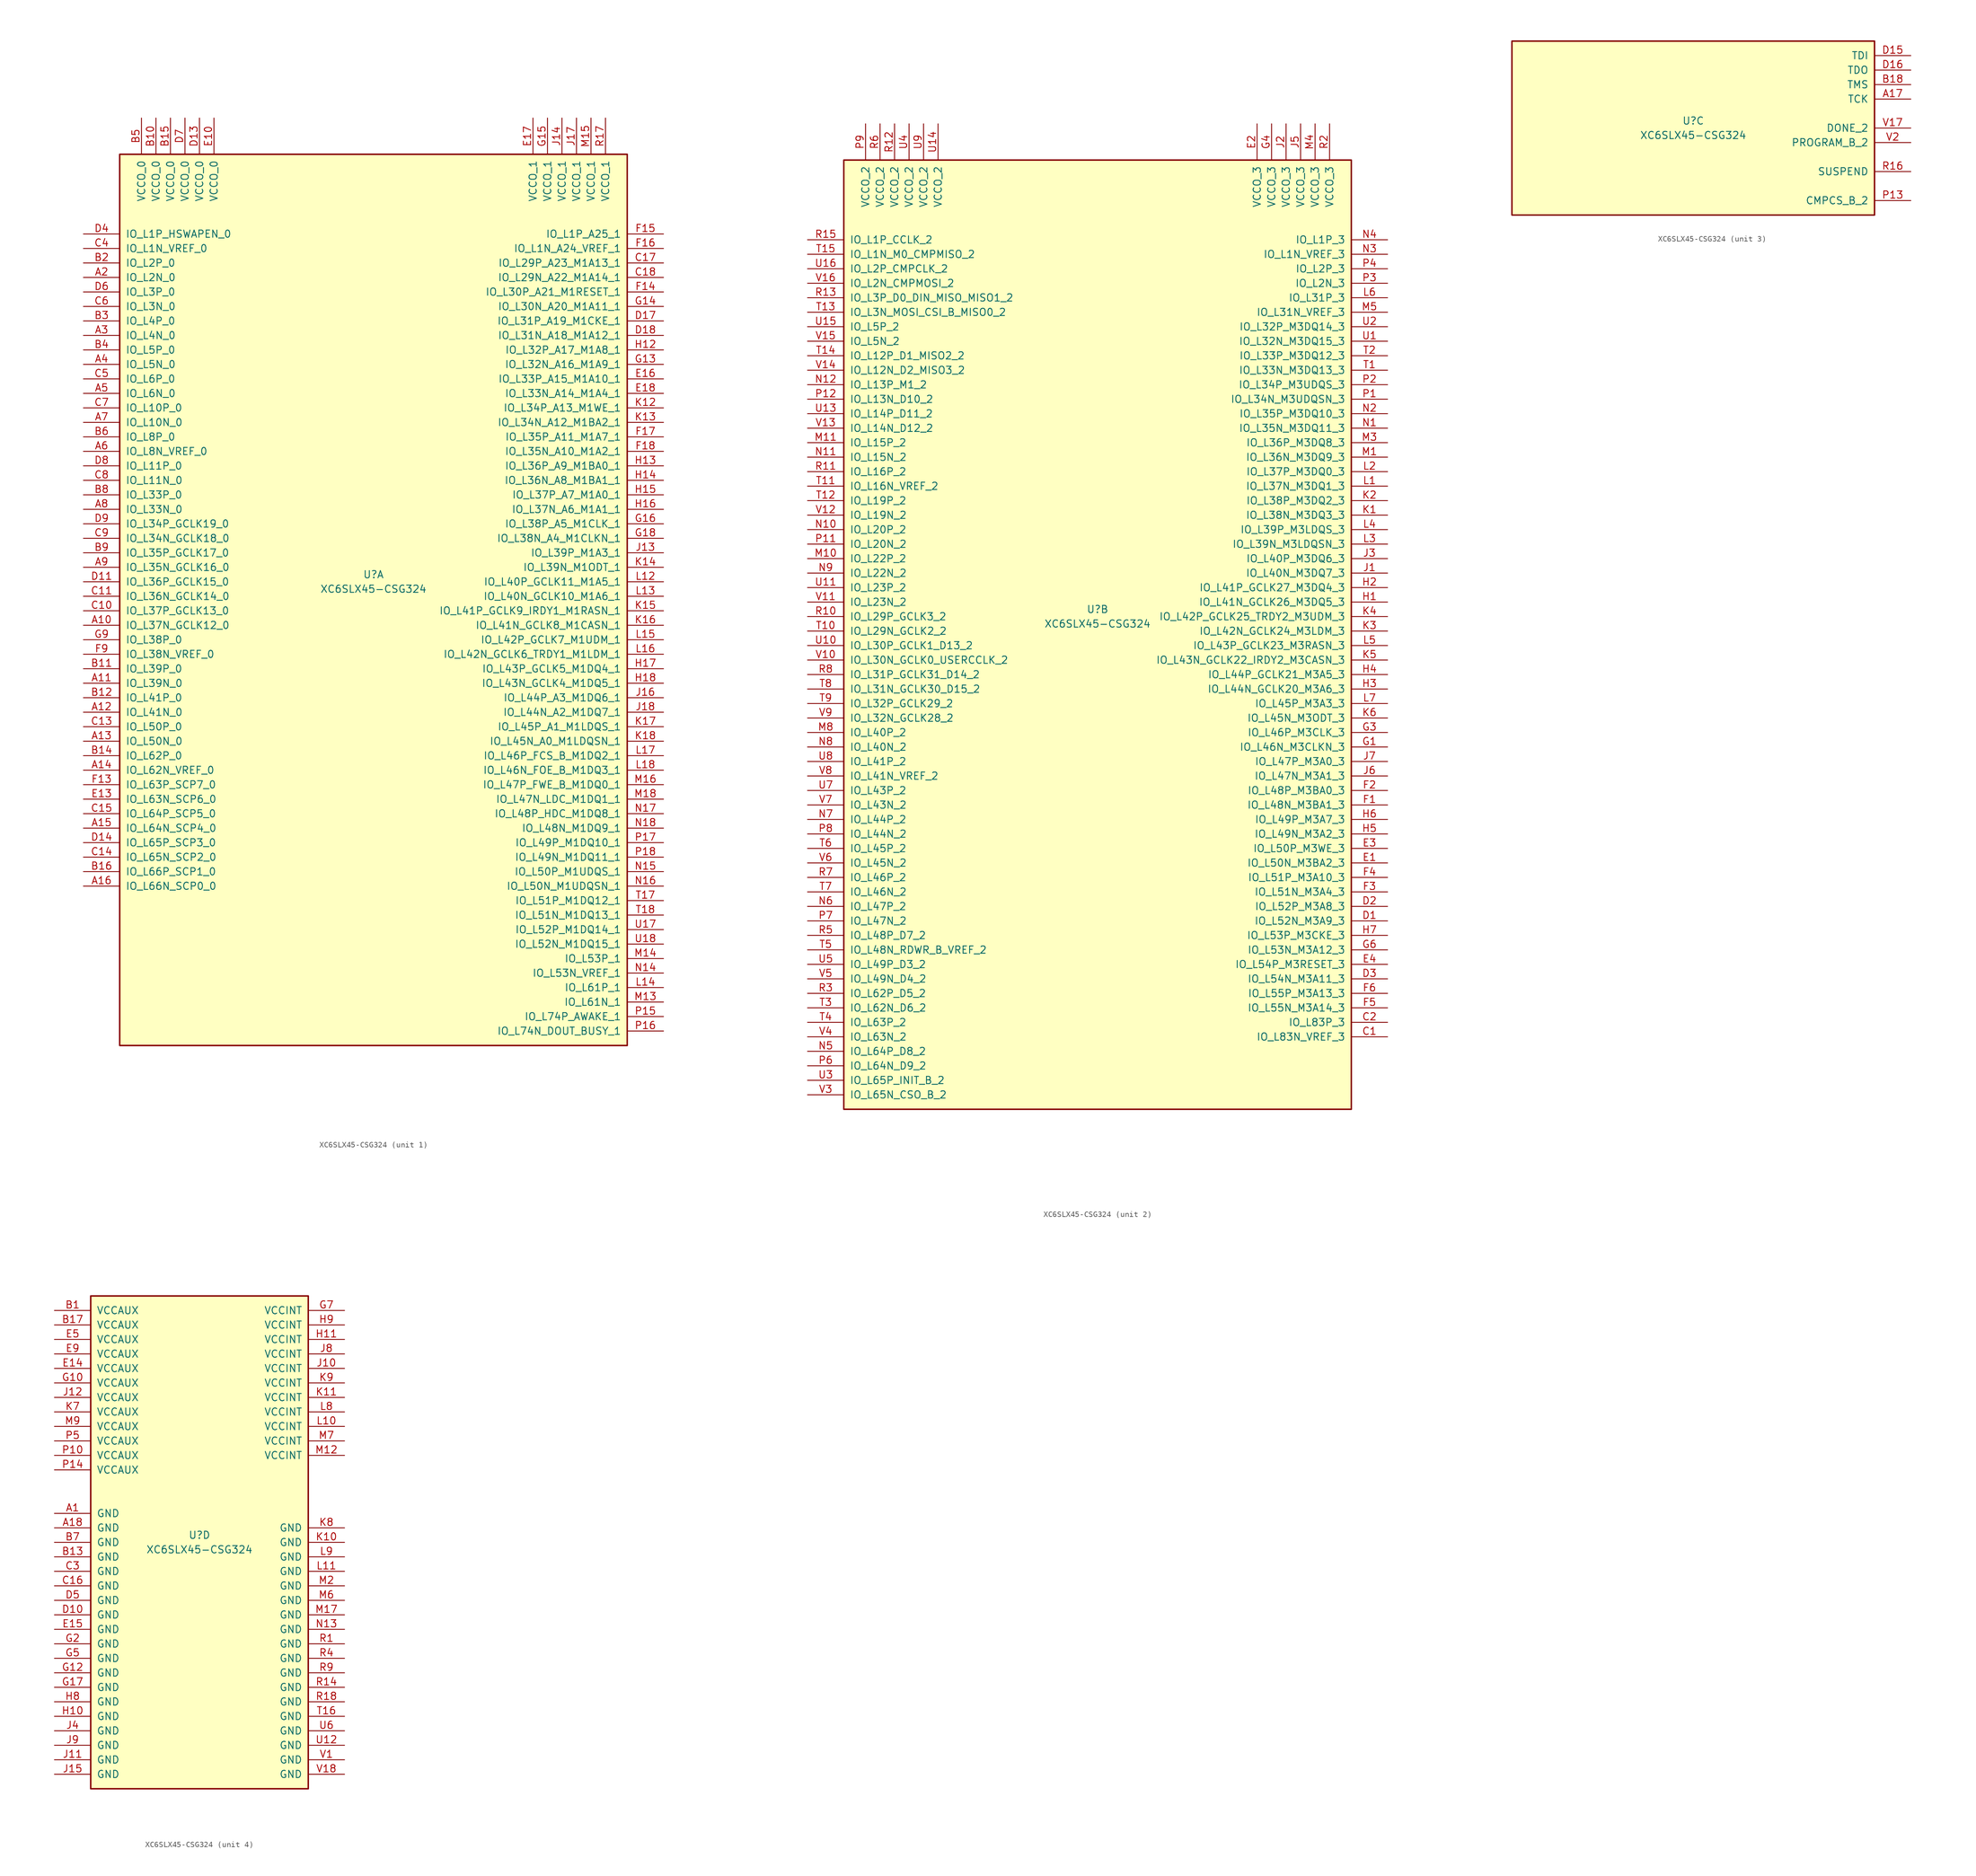
<source format=kicad_sym>
(kicad_symbol_lib
  (version 20211014)
  (generator kicad_symbol_editor)
  (symbol "XC6SLX45-CSG324"
    (pin_names
      (offset 1.016))
    (property "Reference" "U"
      (at 0 1.27 0)
      (effects (font (size 1.27 1.27))))
    (property "Value" "XC6SLX45-CSG324"
      (at 0 -1.27 0)
      (effects (font (size 1.27 1.27))))
    (property "Datasheet" ""
      (at 0 0 0)
      (effects (font (size 1.27 1.27))))
    (property "ki_locked" ""
      (at 0 0 0)
      (effects (font (size 1.27 1.27))))
    (symbol "XC6SLX45-CSG324_1_1"
      (rectangle (start -44.45 74.93) (end 44.45 -81.28) (stroke (width 0.254) (type default) (color 0 0 0 0)) (fill (type background)))
      (pin bidirectional line (at -50.8 -7.62 0) (length 6.35) (name "IO_L37N_GCLK12_0" (effects (font (size 1.27 1.27)))) (number "A10" (effects (font (size 1.27 1.27)))))
      (pin bidirectional line (at -50.8 -17.78 0) (length 6.35) (name "IO_L39N_0" (effects (font (size 1.27 1.27)))) (number "A11" (effects (font (size 1.27 1.27)))))
      (pin bidirectional line (at -50.8 -22.86 0) (length 6.35) (name "IO_L41N_0" (effects (font (size 1.27 1.27)))) (number "A12" (effects (font (size 1.27 1.27)))))
      (pin bidirectional line (at -50.8 -27.94 0) (length 6.35) (name "IO_L50N_0" (effects (font (size 1.27 1.27)))) (number "A13" (effects (font (size 1.27 1.27)))))
      (pin bidirectional line (at -50.8 -33.02 0) (length 6.35) (name "IO_L62N_VREF_0" (effects (font (size 1.27 1.27)))) (number "A14" (effects (font (size 1.27 1.27)))))
      (pin bidirectional line (at -50.8 -43.18 0) (length 6.35) (name "IO_L64N_SCP4_0" (effects (font (size 1.27 1.27)))) (number "A15" (effects (font (size 1.27 1.27)))))
      (pin bidirectional line (at -50.8 -53.34 0) (length 6.35) (name "IO_L66N_SCP0_0" (effects (font (size 1.27 1.27)))) (number "A16" (effects (font (size 1.27 1.27)))))
      (pin bidirectional line (at -50.8 53.34 0) (length 6.35) (name "IO_L2N_0" (effects (font (size 1.27 1.27)))) (number "A2" (effects (font (size 1.27 1.27)))))
      (pin bidirectional line (at -50.8 43.18 0) (length 6.35) (name "IO_L4N_0" (effects (font (size 1.27 1.27)))) (number "A3" (effects (font (size 1.27 1.27)))))
      (pin bidirectional line (at -50.8 38.1 0) (length 6.35) (name "IO_L5N_0" (effects (font (size 1.27 1.27)))) (number "A4" (effects (font (size 1.27 1.27)))))
      (pin bidirectional line (at -50.8 33.02 0) (length 6.35) (name "IO_L6N_0" (effects (font (size 1.27 1.27)))) (number "A5" (effects (font (size 1.27 1.27)))))
      (pin bidirectional line (at -50.8 22.86 0) (length 6.35) (name "IO_L8N_VREF_0" (effects (font (size 1.27 1.27)))) (number "A6" (effects (font (size 1.27 1.27)))))
      (pin bidirectional line (at -50.8 27.94 0) (length 6.35) (name "IO_L10N_0" (effects (font (size 1.27 1.27)))) (number "A7" (effects (font (size 1.27 1.27)))))
      (pin bidirectional line (at -50.8 12.7 0) (length 6.35) (name "IO_L33N_0" (effects (font (size 1.27 1.27)))) (number "A8" (effects (font (size 1.27 1.27)))))
      (pin bidirectional line (at -50.8 2.54 0) (length 6.35) (name "IO_L35N_GCLK16_0" (effects (font (size 1.27 1.27)))) (number "A9" (effects (font (size 1.27 1.27)))))
      (pin power_in line (at -38.1 81.28 270) (length 6.35) (name "VCCO_0" (effects (font (size 1.27 1.27)))) (number "B10" (effects (font (size 1.27 1.27)))))
      (pin bidirectional line (at -50.8 -15.24 0) (length 6.35) (name "IO_L39P_0" (effects (font (size 1.27 1.27)))) (number "B11" (effects (font (size 1.27 1.27)))))
      (pin bidirectional line (at -50.8 -20.32 0) (length 6.35) (name "IO_L41P_0" (effects (font (size 1.27 1.27)))) (number "B12" (effects (font (size 1.27 1.27)))))
      (pin bidirectional line (at -50.8 -30.48 0) (length 6.35) (name "IO_L62P_0" (effects (font (size 1.27 1.27)))) (number "B14" (effects (font (size 1.27 1.27)))))
      (pin power_in line (at -35.56 81.28 270) (length 6.35) (name "VCCO_0" (effects (font (size 1.27 1.27)))) (number "B15" (effects (font (size 1.27 1.27)))))
      (pin bidirectional line (at -50.8 -50.8 0) (length 6.35) (name "IO_L66P_SCP1_0" (effects (font (size 1.27 1.27)))) (number "B16" (effects (font (size 1.27 1.27)))))
      (pin bidirectional line (at -50.8 55.88 0) (length 6.35) (name "IO_L2P_0" (effects (font (size 1.27 1.27)))) (number "B2" (effects (font (size 1.27 1.27)))))
      (pin bidirectional line (at -50.8 45.72 0) (length 6.35) (name "IO_L4P_0" (effects (font (size 1.27 1.27)))) (number "B3" (effects (font (size 1.27 1.27)))))
      (pin bidirectional line (at -50.8 40.64 0) (length 6.35) (name "IO_L5P_0" (effects (font (size 1.27 1.27)))) (number "B4" (effects (font (size 1.27 1.27)))))
      (pin power_in line (at -40.64 81.28 270) (length 6.35) (name "VCCO_0" (effects (font (size 1.27 1.27)))) (number "B5" (effects (font (size 1.27 1.27)))))
      (pin bidirectional line (at -50.8 25.4 0) (length 6.35) (name "IO_L8P_0" (effects (font (size 1.27 1.27)))) (number "B6" (effects (font (size 1.27 1.27)))))
      (pin bidirectional line (at -50.8 15.24 0) (length 6.35) (name "IO_L33P_0" (effects (font (size 1.27 1.27)))) (number "B8" (effects (font (size 1.27 1.27)))))
      (pin bidirectional line (at -50.8 5.08 0) (length 6.35) (name "IO_L35P_GCLK17_0" (effects (font (size 1.27 1.27)))) (number "B9" (effects (font (size 1.27 1.27)))))
      (pin bidirectional line (at -50.8 -5.08 0) (length 6.35) (name "IO_L37P_GCLK13_0" (effects (font (size 1.27 1.27)))) (number "C10" (effects (font (size 1.27 1.27)))))
      (pin bidirectional line (at -50.8 -2.54 0) (length 6.35) (name "IO_L36N_GCLK14_0" (effects (font (size 1.27 1.27)))) (number "C11" (effects (font (size 1.27 1.27)))))
      (pin bidirectional line (at -50.8 -25.4 0) (length 6.35) (name "IO_L50P_0" (effects (font (size 1.27 1.27)))) (number "C13" (effects (font (size 1.27 1.27)))))
      (pin bidirectional line (at -50.8 -48.26 0) (length 6.35) (name "IO_L65N_SCP2_0" (effects (font (size 1.27 1.27)))) (number "C14" (effects (font (size 1.27 1.27)))))
      (pin bidirectional line (at -50.8 -40.64 0) (length 6.35) (name "IO_L64P_SCP5_0" (effects (font (size 1.27 1.27)))) (number "C15" (effects (font (size 1.27 1.27)))))
      (pin bidirectional line (at 50.8 55.88 180) (length 6.35) (name "IO_L29P_A23_M1A13_1" (effects (font (size 1.27 1.27)))) (number "C17" (effects (font (size 1.27 1.27)))))
      (pin bidirectional line (at 50.8 53.34 180) (length 6.35) (name "IO_L29N_A22_M1A14_1" (effects (font (size 1.27 1.27)))) (number "C18" (effects (font (size 1.27 1.27)))))
      (pin bidirectional line (at -50.8 58.42 0) (length 6.35) (name "IO_L1N_VREF_0" (effects (font (size 1.27 1.27)))) (number "C4" (effects (font (size 1.27 1.27)))))
      (pin bidirectional line (at -50.8 35.56 0) (length 6.35) (name "IO_L6P_0" (effects (font (size 1.27 1.27)))) (number "C5" (effects (font (size 1.27 1.27)))))
      (pin bidirectional line (at -50.8 48.26 0) (length 6.35) (name "IO_L3N_0" (effects (font (size 1.27 1.27)))) (number "C6" (effects (font (size 1.27 1.27)))))
      (pin bidirectional line (at -50.8 30.48 0) (length 6.35) (name "IO_L10P_0" (effects (font (size 1.27 1.27)))) (number "C7" (effects (font (size 1.27 1.27)))))
      (pin bidirectional line (at -50.8 17.78 0) (length 6.35) (name "IO_L11N_0" (effects (font (size 1.27 1.27)))) (number "C8" (effects (font (size 1.27 1.27)))))
      (pin bidirectional line (at -50.8 7.62 0) (length 6.35) (name "IO_L34N_GCLK18_0" (effects (font (size 1.27 1.27)))) (number "C9" (effects (font (size 1.27 1.27)))))
      (pin bidirectional line (at -50.8 0 0) (length 6.35) (name "IO_L36P_GCLK15_0" (effects (font (size 1.27 1.27)))) (number "D11" (effects (font (size 1.27 1.27)))))
      (pin power_in line (at -30.48 81.28 270) (length 6.35) (name "VCCO_0" (effects (font (size 1.27 1.27)))) (number "D13" (effects (font (size 1.27 1.27)))))
      (pin bidirectional line (at -50.8 -45.72 0) (length 6.35) (name "IO_L65P_SCP3_0" (effects (font (size 1.27 1.27)))) (number "D14" (effects (font (size 1.27 1.27)))))
      (pin bidirectional line (at 50.8 45.72 180) (length 6.35) (name "IO_L31P_A19_M1CKE_1" (effects (font (size 1.27 1.27)))) (number "D17" (effects (font (size 1.27 1.27)))))
      (pin bidirectional line (at 50.8 43.18 180) (length 6.35) (name "IO_L31N_A18_M1A12_1" (effects (font (size 1.27 1.27)))) (number "D18" (effects (font (size 1.27 1.27)))))
      (pin bidirectional line (at -50.8 60.96 0) (length 6.35) (name "IO_L1P_HSWAPEN_0" (effects (font (size 1.27 1.27)))) (number "D4" (effects (font (size 1.27 1.27)))))
      (pin bidirectional line (at -50.8 50.8 0) (length 6.35) (name "IO_L3P_0" (effects (font (size 1.27 1.27)))) (number "D6" (effects (font (size 1.27 1.27)))))
      (pin power_in line (at -33.02 81.28 270) (length 6.35) (name "VCCO_0" (effects (font (size 1.27 1.27)))) (number "D7" (effects (font (size 1.27 1.27)))))
      (pin bidirectional line (at -50.8 20.32 0) (length 6.35) (name "IO_L11P_0" (effects (font (size 1.27 1.27)))) (number "D8" (effects (font (size 1.27 1.27)))))
      (pin bidirectional line (at -50.8 10.16 0) (length 6.35) (name "IO_L34P_GCLK19_0" (effects (font (size 1.27 1.27)))) (number "D9" (effects (font (size 1.27 1.27)))))
      (pin power_in line (at -27.94 81.28 270) (length 6.35) (name "VCCO_0" (effects (font (size 1.27 1.27)))) (number "E10" (effects (font (size 1.27 1.27)))))
      (pin bidirectional line (at -50.8 -38.1 0) (length 6.35) (name "IO_L63N_SCP6_0" (effects (font (size 1.27 1.27)))) (number "E13" (effects (font (size 1.27 1.27)))))
      (pin bidirectional line (at 50.8 35.56 180) (length 6.35) (name "IO_L33P_A15_M1A10_1" (effects (font (size 1.27 1.27)))) (number "E16" (effects (font (size 1.27 1.27)))))
      (pin power_in line (at 27.94 81.28 270) (length 6.35) (name "VCCO_1" (effects (font (size 1.27 1.27)))) (number "E17" (effects (font (size 1.27 1.27)))))
      (pin bidirectional line (at 50.8 33.02 180) (length 6.35) (name "IO_L33N_A14_M1A4_1" (effects (font (size 1.27 1.27)))) (number "E18" (effects (font (size 1.27 1.27)))))
      (pin bidirectional line (at -50.8 -35.56 0) (length 6.35) (name "IO_L63P_SCP7_0" (effects (font (size 1.27 1.27)))) (number "F13" (effects (font (size 1.27 1.27)))))
      (pin bidirectional line (at 50.8 50.8 180) (length 6.35) (name "IO_L30P_A21_M1RESET_1" (effects (font (size 1.27 1.27)))) (number "F14" (effects (font (size 1.27 1.27)))))
      (pin bidirectional line (at 50.8 60.96 180) (length 6.35) (name "IO_L1P_A25_1" (effects (font (size 1.27 1.27)))) (number "F15" (effects (font (size 1.27 1.27)))))
      (pin bidirectional line (at 50.8 58.42 180) (length 6.35) (name "IO_L1N_A24_VREF_1" (effects (font (size 1.27 1.27)))) (number "F16" (effects (font (size 1.27 1.27)))))
      (pin bidirectional line (at 50.8 25.4 180) (length 6.35) (name "IO_L35P_A11_M1A7_1" (effects (font (size 1.27 1.27)))) (number "F17" (effects (font (size 1.27 1.27)))))
      (pin bidirectional line (at 50.8 22.86 180) (length 6.35) (name "IO_L35N_A10_M1A2_1" (effects (font (size 1.27 1.27)))) (number "F18" (effects (font (size 1.27 1.27)))))
      (pin bidirectional line (at -50.8 -12.7 0) (length 6.35) (name "IO_L38N_VREF_0" (effects (font (size 1.27 1.27)))) (number "F9" (effects (font (size 1.27 1.27)))))
      (pin bidirectional line (at 50.8 38.1 180) (length 6.35) (name "IO_L32N_A16_M1A9_1" (effects (font (size 1.27 1.27)))) (number "G13" (effects (font (size 1.27 1.27)))))
      (pin bidirectional line (at 50.8 48.26 180) (length 6.35) (name "IO_L30N_A20_M1A11_1" (effects (font (size 1.27 1.27)))) (number "G14" (effects (font (size 1.27 1.27)))))
      (pin power_in line (at 30.48 81.28 270) (length 6.35) (name "VCCO_1" (effects (font (size 1.27 1.27)))) (number "G15" (effects (font (size 1.27 1.27)))))
      (pin bidirectional line (at 50.8 10.16 180) (length 6.35) (name "IO_L38P_A5_M1CLK_1" (effects (font (size 1.27 1.27)))) (number "G16" (effects (font (size 1.27 1.27)))))
      (pin bidirectional line (at 50.8 7.62 180) (length 6.35) (name "IO_L38N_A4_M1CLKN_1" (effects (font (size 1.27 1.27)))) (number "G18" (effects (font (size 1.27 1.27)))))
      (pin bidirectional line (at -50.8 -10.16 0) (length 6.35) (name "IO_L38P_0" (effects (font (size 1.27 1.27)))) (number "G9" (effects (font (size 1.27 1.27)))))
      (pin bidirectional line (at 50.8 40.64 180) (length 6.35) (name "IO_L32P_A17_M1A8_1" (effects (font (size 1.27 1.27)))) (number "H12" (effects (font (size 1.27 1.27)))))
      (pin bidirectional line (at 50.8 20.32 180) (length 6.35) (name "IO_L36P_A9_M1BA0_1" (effects (font (size 1.27 1.27)))) (number "H13" (effects (font (size 1.27 1.27)))))
      (pin bidirectional line (at 50.8 17.78 180) (length 6.35) (name "IO_L36N_A8_M1BA1_1" (effects (font (size 1.27 1.27)))) (number "H14" (effects (font (size 1.27 1.27)))))
      (pin bidirectional line (at 50.8 15.24 180) (length 6.35) (name "IO_L37P_A7_M1A0_1" (effects (font (size 1.27 1.27)))) (number "H15" (effects (font (size 1.27 1.27)))))
      (pin bidirectional line (at 50.8 12.7 180) (length 6.35) (name "IO_L37N_A6_M1A1_1" (effects (font (size 1.27 1.27)))) (number "H16" (effects (font (size 1.27 1.27)))))
      (pin bidirectional line (at 50.8 -15.24 180) (length 6.35) (name "IO_L43P_GCLK5_M1DQ4_1" (effects (font (size 1.27 1.27)))) (number "H17" (effects (font (size 1.27 1.27)))))
      (pin bidirectional line (at 50.8 -17.78 180) (length 6.35) (name "IO_L43N_GCLK4_M1DQ5_1" (effects (font (size 1.27 1.27)))) (number "H18" (effects (font (size 1.27 1.27)))))
      (pin bidirectional line (at 50.8 5.08 180) (length 6.35) (name "IO_L39P_M1A3_1" (effects (font (size 1.27 1.27)))) (number "J13" (effects (font (size 1.27 1.27)))))
      (pin power_in line (at 33.02 81.28 270) (length 6.35) (name "VCCO_1" (effects (font (size 1.27 1.27)))) (number "J14" (effects (font (size 1.27 1.27)))))
      (pin bidirectional line (at 50.8 -20.32 180) (length 6.35) (name "IO_L44P_A3_M1DQ6_1" (effects (font (size 1.27 1.27)))) (number "J16" (effects (font (size 1.27 1.27)))))
      (pin power_in line (at 35.56 81.28 270) (length 6.35) (name "VCCO_1" (effects (font (size 1.27 1.27)))) (number "J17" (effects (font (size 1.27 1.27)))))
      (pin bidirectional line (at 50.8 -22.86 180) (length 6.35) (name "IO_L44N_A2_M1DQ7_1" (effects (font (size 1.27 1.27)))) (number "J18" (effects (font (size 1.27 1.27)))))
      (pin bidirectional line (at 50.8 30.48 180) (length 6.35) (name "IO_L34P_A13_M1WE_1" (effects (font (size 1.27 1.27)))) (number "K12" (effects (font (size 1.27 1.27)))))
      (pin bidirectional line (at 50.8 27.94 180) (length 6.35) (name "IO_L34N_A12_M1BA2_1" (effects (font (size 1.27 1.27)))) (number "K13" (effects (font (size 1.27 1.27)))))
      (pin bidirectional line (at 50.8 2.54 180) (length 6.35) (name "IO_L39N_M1ODT_1" (effects (font (size 1.27 1.27)))) (number "K14" (effects (font (size 1.27 1.27)))))
      (pin bidirectional line (at 50.8 -5.08 180) (length 6.35) (name "IO_L41P_GCLK9_IRDY1_M1RASN_1" (effects (font (size 1.27 1.27)))) (number "K15" (effects (font (size 1.27 1.27)))))
      (pin bidirectional line (at 50.8 -7.62 180) (length 6.35) (name "IO_L41N_GCLK8_M1CASN_1" (effects (font (size 1.27 1.27)))) (number "K16" (effects (font (size 1.27 1.27)))))
      (pin bidirectional line (at 50.8 -25.4 180) (length 6.35) (name "IO_L45P_A1_M1LDQS_1" (effects (font (size 1.27 1.27)))) (number "K17" (effects (font (size 1.27 1.27)))))
      (pin bidirectional line (at 50.8 -27.94 180) (length 6.35) (name "IO_L45N_A0_M1LDQSN_1" (effects (font (size 1.27 1.27)))) (number "K18" (effects (font (size 1.27 1.27)))))
      (pin bidirectional line (at 50.8 0 180) (length 6.35) (name "IO_L40P_GCLK11_M1A5_1" (effects (font (size 1.27 1.27)))) (number "L12" (effects (font (size 1.27 1.27)))))
      (pin bidirectional line (at 50.8 -2.54 180) (length 6.35) (name "IO_L40N_GCLK10_M1A6_1" (effects (font (size 1.27 1.27)))) (number "L13" (effects (font (size 1.27 1.27)))))
      (pin bidirectional line (at 50.8 -71.12 180) (length 6.35) (name "IO_L61P_1" (effects (font (size 1.27 1.27)))) (number "L14" (effects (font (size 1.27 1.27)))))
      (pin bidirectional line (at 50.8 -10.16 180) (length 6.35) (name "IO_L42P_GCLK7_M1UDM_1" (effects (font (size 1.27 1.27)))) (number "L15" (effects (font (size 1.27 1.27)))))
      (pin bidirectional line (at 50.8 -12.7 180) (length 6.35) (name "IO_L42N_GCLK6_TRDY1_M1LDM_1" (effects (font (size 1.27 1.27)))) (number "L16" (effects (font (size 1.27 1.27)))))
      (pin bidirectional line (at 50.8 -30.48 180) (length 6.35) (name "IO_L46P_FCS_B_M1DQ2_1" (effects (font (size 1.27 1.27)))) (number "L17" (effects (font (size 1.27 1.27)))))
      (pin bidirectional line (at 50.8 -33.02 180) (length 6.35) (name "IO_L46N_FOE_B_M1DQ3_1" (effects (font (size 1.27 1.27)))) (number "L18" (effects (font (size 1.27 1.27)))))
      (pin bidirectional line (at 50.8 -73.66 180) (length 6.35) (name "IO_L61N_1" (effects (font (size 1.27 1.27)))) (number "M13" (effects (font (size 1.27 1.27)))))
      (pin bidirectional line (at 50.8 -66.04 180) (length 6.35) (name "IO_L53P_1" (effects (font (size 1.27 1.27)))) (number "M14" (effects (font (size 1.27 1.27)))))
      (pin power_in line (at 38.1 81.28 270) (length 6.35) (name "VCCO_1" (effects (font (size 1.27 1.27)))) (number "M15" (effects (font (size 1.27 1.27)))))
      (pin bidirectional line (at 50.8 -35.56 180) (length 6.35) (name "IO_L47P_FWE_B_M1DQ0_1" (effects (font (size 1.27 1.27)))) (number "M16" (effects (font (size 1.27 1.27)))))
      (pin bidirectional line (at 50.8 -38.1 180) (length 6.35) (name "IO_L47N_LDC_M1DQ1_1" (effects (font (size 1.27 1.27)))) (number "M18" (effects (font (size 1.27 1.27)))))
      (pin bidirectional line (at 50.8 -68.58 180) (length 6.35) (name "IO_L53N_VREF_1" (effects (font (size 1.27 1.27)))) (number "N14" (effects (font (size 1.27 1.27)))))
      (pin bidirectional line (at 50.8 -50.8 180) (length 6.35) (name "IO_L50P_M1UDQS_1" (effects (font (size 1.27 1.27)))) (number "N15" (effects (font (size 1.27 1.27)))))
      (pin bidirectional line (at 50.8 -53.34 180) (length 6.35) (name "IO_L50N_M1UDQSN_1" (effects (font (size 1.27 1.27)))) (number "N16" (effects (font (size 1.27 1.27)))))
      (pin bidirectional line (at 50.8 -40.64 180) (length 6.35) (name "IO_L48P_HDC_M1DQ8_1" (effects (font (size 1.27 1.27)))) (number "N17" (effects (font (size 1.27 1.27)))))
      (pin bidirectional line (at 50.8 -43.18 180) (length 6.35) (name "IO_L48N_M1DQ9_1" (effects (font (size 1.27 1.27)))) (number "N18" (effects (font (size 1.27 1.27)))))
      (pin bidirectional line (at 50.8 -76.2 180) (length 6.35) (name "IO_L74P_AWAKE_1" (effects (font (size 1.27 1.27)))) (number "P15" (effects (font (size 1.27 1.27)))))
      (pin bidirectional line (at 50.8 -78.74 180) (length 6.35) (name "IO_L74N_DOUT_BUSY_1" (effects (font (size 1.27 1.27)))) (number "P16" (effects (font (size 1.27 1.27)))))
      (pin bidirectional line (at 50.8 -45.72 180) (length 6.35) (name "IO_L49P_M1DQ10_1" (effects (font (size 1.27 1.27)))) (number "P17" (effects (font (size 1.27 1.27)))))
      (pin bidirectional line (at 50.8 -48.26 180) (length 6.35) (name "IO_L49N_M1DQ11_1" (effects (font (size 1.27 1.27)))) (number "P18" (effects (font (size 1.27 1.27)))))
      (pin power_in line (at 40.64 81.28 270) (length 6.35) (name "VCCO_1" (effects (font (size 1.27 1.27)))) (number "R17" (effects (font (size 1.27 1.27)))))
      (pin bidirectional line (at 50.8 -55.88 180) (length 6.35) (name "IO_L51P_M1DQ12_1" (effects (font (size 1.27 1.27)))) (number "T17" (effects (font (size 1.27 1.27)))))
      (pin bidirectional line (at 50.8 -58.42 180) (length 6.35) (name "IO_L51N_M1DQ13_1" (effects (font (size 1.27 1.27)))) (number "T18" (effects (font (size 1.27 1.27)))))
      (pin bidirectional line (at 50.8 -60.96 180) (length 6.35) (name "IO_L52P_M1DQ14_1" (effects (font (size 1.27 1.27)))) (number "U17" (effects (font (size 1.27 1.27)))))
      (pin bidirectional line (at 50.8 -63.5 180) (length 6.35) (name "IO_L52N_M1DQ15_1" (effects (font (size 1.27 1.27)))) (number "U18" (effects (font (size 1.27 1.27))))))
    (symbol "XC6SLX45-CSG324_2_1"
      (rectangle (start -44.45 80.01) (end 44.45 -86.36) (stroke (width 0.254) (type default) (color 0 0 0 0)) (fill (type background)))
      (pin bidirectional line (at 50.8 -73.66 180) (length 6.35) (name "IO_L83N_VREF_3" (effects (font (size 1.27 1.27)))) (number "C1" (effects (font (size 1.27 1.27)))))
      (pin bidirectional line (at 50.8 -71.12 180) (length 6.35) (name "IO_L83P_3" (effects (font (size 1.27 1.27)))) (number "C2" (effects (font (size 1.27 1.27)))))
      (pin bidirectional line (at 50.8 -53.34 180) (length 6.35) (name "IO_L52N_M3A9_3" (effects (font (size 1.27 1.27)))) (number "D1" (effects (font (size 1.27 1.27)))))
      (pin bidirectional line (at 50.8 -50.8 180) (length 6.35) (name "IO_L52P_M3A8_3" (effects (font (size 1.27 1.27)))) (number "D2" (effects (font (size 1.27 1.27)))))
      (pin bidirectional line (at 50.8 -63.5 180) (length 6.35) (name "IO_L54N_M3A11_3" (effects (font (size 1.27 1.27)))) (number "D3" (effects (font (size 1.27 1.27)))))
      (pin bidirectional line (at 50.8 -43.18 180) (length 6.35) (name "IO_L50N_M3BA2_3" (effects (font (size 1.27 1.27)))) (number "E1" (effects (font (size 1.27 1.27)))))
      (pin power_in line (at 27.94 86.36 270) (length 6.35) (name "VCCO_3" (effects (font (size 1.27 1.27)))) (number "E2" (effects (font (size 1.27 1.27)))))
      (pin bidirectional line (at 50.8 -40.64 180) (length 6.35) (name "IO_L50P_M3WE_3" (effects (font (size 1.27 1.27)))) (number "E3" (effects (font (size 1.27 1.27)))))
      (pin bidirectional line (at 50.8 -60.96 180) (length 6.35) (name "IO_L54P_M3RESET_3" (effects (font (size 1.27 1.27)))) (number "E4" (effects (font (size 1.27 1.27)))))
      (pin bidirectional line (at 50.8 -33.02 180) (length 6.35) (name "IO_L48N_M3BA1_3" (effects (font (size 1.27 1.27)))) (number "F1" (effects (font (size 1.27 1.27)))))
      (pin bidirectional line (at 50.8 -30.48 180) (length 6.35) (name "IO_L48P_M3BA0_3" (effects (font (size 1.27 1.27)))) (number "F2" (effects (font (size 1.27 1.27)))))
      (pin bidirectional line (at 50.8 -48.26 180) (length 6.35) (name "IO_L51N_M3A4_3" (effects (font (size 1.27 1.27)))) (number "F3" (effects (font (size 1.27 1.27)))))
      (pin bidirectional line (at 50.8 -45.72 180) (length 6.35) (name "IO_L51P_M3A10_3" (effects (font (size 1.27 1.27)))) (number "F4" (effects (font (size 1.27 1.27)))))
      (pin bidirectional line (at 50.8 -68.58 180) (length 6.35) (name "IO_L55N_M3A14_3" (effects (font (size 1.27 1.27)))) (number "F5" (effects (font (size 1.27 1.27)))))
      (pin bidirectional line (at 50.8 -66.04 180) (length 6.35) (name "IO_L55P_M3A13_3" (effects (font (size 1.27 1.27)))) (number "F6" (effects (font (size 1.27 1.27)))))
      (pin bidirectional line (at 50.8 -22.86 180) (length 6.35) (name "IO_L46N_M3CLKN_3" (effects (font (size 1.27 1.27)))) (number "G1" (effects (font (size 1.27 1.27)))))
      (pin bidirectional line (at 50.8 -20.32 180) (length 6.35) (name "IO_L46P_M3CLK_3" (effects (font (size 1.27 1.27)))) (number "G3" (effects (font (size 1.27 1.27)))))
      (pin power_in line (at 30.48 86.36 270) (length 6.35) (name "VCCO_3" (effects (font (size 1.27 1.27)))) (number "G4" (effects (font (size 1.27 1.27)))))
      (pin bidirectional line (at 50.8 -58.42 180) (length 6.35) (name "IO_L53N_M3A12_3" (effects (font (size 1.27 1.27)))) (number "G6" (effects (font (size 1.27 1.27)))))
      (pin bidirectional line (at 50.8 2.54 180) (length 6.35) (name "IO_L41N_GCLK26_M3DQ5_3" (effects (font (size 1.27 1.27)))) (number "H1" (effects (font (size 1.27 1.27)))))
      (pin bidirectional line (at 50.8 5.08 180) (length 6.35) (name "IO_L41P_GCLK27_M3DQ4_3" (effects (font (size 1.27 1.27)))) (number "H2" (effects (font (size 1.27 1.27)))))
      (pin bidirectional line (at 50.8 -12.7 180) (length 6.35) (name "IO_L44N_GCLK20_M3A6_3" (effects (font (size 1.27 1.27)))) (number "H3" (effects (font (size 1.27 1.27)))))
      (pin bidirectional line (at 50.8 -10.16 180) (length 6.35) (name "IO_L44P_GCLK21_M3A5_3" (effects (font (size 1.27 1.27)))) (number "H4" (effects (font (size 1.27 1.27)))))
      (pin bidirectional line (at 50.8 -38.1 180) (length 6.35) (name "IO_L49N_M3A2_3" (effects (font (size 1.27 1.27)))) (number "H5" (effects (font (size 1.27 1.27)))))
      (pin bidirectional line (at 50.8 -35.56 180) (length 6.35) (name "IO_L49P_M3A7_3" (effects (font (size 1.27 1.27)))) (number "H6" (effects (font (size 1.27 1.27)))))
      (pin bidirectional line (at 50.8 -55.88 180) (length 6.35) (name "IO_L53P_M3CKE_3" (effects (font (size 1.27 1.27)))) (number "H7" (effects (font (size 1.27 1.27)))))
      (pin bidirectional line (at 50.8 7.62 180) (length 6.35) (name "IO_L40N_M3DQ7_3" (effects (font (size 1.27 1.27)))) (number "J1" (effects (font (size 1.27 1.27)))))
      (pin power_in line (at 33.02 86.36 270) (length 6.35) (name "VCCO_3" (effects (font (size 1.27 1.27)))) (number "J2" (effects (font (size 1.27 1.27)))))
      (pin bidirectional line (at 50.8 10.16 180) (length 6.35) (name "IO_L40P_M3DQ6_3" (effects (font (size 1.27 1.27)))) (number "J3" (effects (font (size 1.27 1.27)))))
      (pin power_in line (at 35.56 86.36 270) (length 6.35) (name "VCCO_3" (effects (font (size 1.27 1.27)))) (number "J5" (effects (font (size 1.27 1.27)))))
      (pin bidirectional line (at 50.8 -27.94 180) (length 6.35) (name "IO_L47N_M3A1_3" (effects (font (size 1.27 1.27)))) (number "J6" (effects (font (size 1.27 1.27)))))
      (pin bidirectional line (at 50.8 -25.4 180) (length 6.35) (name "IO_L47P_M3A0_3" (effects (font (size 1.27 1.27)))) (number "J7" (effects (font (size 1.27 1.27)))))
      (pin bidirectional line (at 50.8 17.78 180) (length 6.35) (name "IO_L38N_M3DQ3_3" (effects (font (size 1.27 1.27)))) (number "K1" (effects (font (size 1.27 1.27)))))
      (pin bidirectional line (at 50.8 20.32 180) (length 6.35) (name "IO_L38P_M3DQ2_3" (effects (font (size 1.27 1.27)))) (number "K2" (effects (font (size 1.27 1.27)))))
      (pin bidirectional line (at 50.8 -2.54 180) (length 6.35) (name "IO_L42N_GCLK24_M3LDM_3" (effects (font (size 1.27 1.27)))) (number "K3" (effects (font (size 1.27 1.27)))))
      (pin bidirectional line (at 50.8 0 180) (length 6.35) (name "IO_L42P_GCLK25_TRDY2_M3UDM_3" (effects (font (size 1.27 1.27)))) (number "K4" (effects (font (size 1.27 1.27)))))
      (pin bidirectional line (at 50.8 -7.62 180) (length 6.35) (name "IO_L43N_GCLK22_IRDY2_M3CASN_3" (effects (font (size 1.27 1.27)))) (number "K5" (effects (font (size 1.27 1.27)))))
      (pin bidirectional line (at 50.8 -17.78 180) (length 6.35) (name "IO_L45N_M3ODT_3" (effects (font (size 1.27 1.27)))) (number "K6" (effects (font (size 1.27 1.27)))))
      (pin bidirectional line (at 50.8 22.86 180) (length 6.35) (name "IO_L37N_M3DQ1_3" (effects (font (size 1.27 1.27)))) (number "L1" (effects (font (size 1.27 1.27)))))
      (pin bidirectional line (at 50.8 25.4 180) (length 6.35) (name "IO_L37P_M3DQ0_3" (effects (font (size 1.27 1.27)))) (number "L2" (effects (font (size 1.27 1.27)))))
      (pin bidirectional line (at 50.8 12.7 180) (length 6.35) (name "IO_L39N_M3LDQSN_3" (effects (font (size 1.27 1.27)))) (number "L3" (effects (font (size 1.27 1.27)))))
      (pin bidirectional line (at 50.8 15.24 180) (length 6.35) (name "IO_L39P_M3LDQS_3" (effects (font (size 1.27 1.27)))) (number "L4" (effects (font (size 1.27 1.27)))))
      (pin bidirectional line (at 50.8 -5.08 180) (length 6.35) (name "IO_L43P_GCLK23_M3RASN_3" (effects (font (size 1.27 1.27)))) (number "L5" (effects (font (size 1.27 1.27)))))
      (pin bidirectional line (at 50.8 55.88 180) (length 6.35) (name "IO_L31P_3" (effects (font (size 1.27 1.27)))) (number "L6" (effects (font (size 1.27 1.27)))))
      (pin bidirectional line (at 50.8 -15.24 180) (length 6.35) (name "IO_L45P_M3A3_3" (effects (font (size 1.27 1.27)))) (number "L7" (effects (font (size 1.27 1.27)))))
      (pin bidirectional line (at 50.8 27.94 180) (length 6.35) (name "IO_L36N_M3DQ9_3" (effects (font (size 1.27 1.27)))) (number "M1" (effects (font (size 1.27 1.27)))))
      (pin bidirectional line (at -50.8 10.16 0) (length 6.35) (name "IO_L22P_2" (effects (font (size 1.27 1.27)))) (number "M10" (effects (font (size 1.27 1.27)))))
      (pin bidirectional line (at -50.8 30.48 0) (length 6.35) (name "IO_L15P_2" (effects (font (size 1.27 1.27)))) (number "M11" (effects (font (size 1.27 1.27)))))
      (pin bidirectional line (at 50.8 30.48 180) (length 6.35) (name "IO_L36P_M3DQ8_3" (effects (font (size 1.27 1.27)))) (number "M3" (effects (font (size 1.27 1.27)))))
      (pin power_in line (at 38.1 86.36 270) (length 6.35) (name "VCCO_3" (effects (font (size 1.27 1.27)))) (number "M4" (effects (font (size 1.27 1.27)))))
      (pin bidirectional line (at 50.8 53.34 180) (length 6.35) (name "IO_L31N_VREF_3" (effects (font (size 1.27 1.27)))) (number "M5" (effects (font (size 1.27 1.27)))))
      (pin bidirectional line (at -50.8 -20.32 0) (length 6.35) (name "IO_L40P_2" (effects (font (size 1.27 1.27)))) (number "M8" (effects (font (size 1.27 1.27)))))
      (pin bidirectional line (at 50.8 33.02 180) (length 6.35) (name "IO_L35N_M3DQ11_3" (effects (font (size 1.27 1.27)))) (number "N1" (effects (font (size 1.27 1.27)))))
      (pin bidirectional line (at -50.8 15.24 0) (length 6.35) (name "IO_L20P_2" (effects (font (size 1.27 1.27)))) (number "N10" (effects (font (size 1.27 1.27)))))
      (pin bidirectional line (at -50.8 27.94 0) (length 6.35) (name "IO_L15N_2" (effects (font (size 1.27 1.27)))) (number "N11" (effects (font (size 1.27 1.27)))))
      (pin bidirectional line (at -50.8 40.64 0) (length 6.35) (name "IO_L13P_M1_2" (effects (font (size 1.27 1.27)))) (number "N12" (effects (font (size 1.27 1.27)))))
      (pin bidirectional line (at 50.8 35.56 180) (length 6.35) (name "IO_L35P_M3DQ10_3" (effects (font (size 1.27 1.27)))) (number "N2" (effects (font (size 1.27 1.27)))))
      (pin bidirectional line (at 50.8 63.5 180) (length 6.35) (name "IO_L1N_VREF_3" (effects (font (size 1.27 1.27)))) (number "N3" (effects (font (size 1.27 1.27)))))
      (pin bidirectional line (at 50.8 66.04 180) (length 6.35) (name "IO_L1P_3" (effects (font (size 1.27 1.27)))) (number "N4" (effects (font (size 1.27 1.27)))))
      (pin bidirectional line (at -50.8 -76.2 0) (length 6.35) (name "IO_L64P_D8_2" (effects (font (size 1.27 1.27)))) (number "N5" (effects (font (size 1.27 1.27)))))
      (pin bidirectional line (at -50.8 -50.8 0) (length 6.35) (name "IO_L47P_2" (effects (font (size 1.27 1.27)))) (number "N6" (effects (font (size 1.27 1.27)))))
      (pin bidirectional line (at -50.8 -35.56 0) (length 6.35) (name "IO_L44P_2" (effects (font (size 1.27 1.27)))) (number "N7" (effects (font (size 1.27 1.27)))))
      (pin bidirectional line (at -50.8 -22.86 0) (length 6.35) (name "IO_L40N_2" (effects (font (size 1.27 1.27)))) (number "N8" (effects (font (size 1.27 1.27)))))
      (pin bidirectional line (at -50.8 7.62 0) (length 6.35) (name "IO_L22N_2" (effects (font (size 1.27 1.27)))) (number "N9" (effects (font (size 1.27 1.27)))))
      (pin bidirectional line (at 50.8 38.1 180) (length 6.35) (name "IO_L34N_M3UDQSN_3" (effects (font (size 1.27 1.27)))) (number "P1" (effects (font (size 1.27 1.27)))))
      (pin bidirectional line (at -50.8 12.7 0) (length 6.35) (name "IO_L20N_2" (effects (font (size 1.27 1.27)))) (number "P11" (effects (font (size 1.27 1.27)))))
      (pin bidirectional line (at -50.8 38.1 0) (length 6.35) (name "IO_L13N_D10_2" (effects (font (size 1.27 1.27)))) (number "P12" (effects (font (size 1.27 1.27)))))
      (pin bidirectional line (at 50.8 40.64 180) (length 6.35) (name "IO_L34P_M3UDQS_3" (effects (font (size 1.27 1.27)))) (number "P2" (effects (font (size 1.27 1.27)))))
      (pin bidirectional line (at 50.8 58.42 180) (length 6.35) (name "IO_L2N_3" (effects (font (size 1.27 1.27)))) (number "P3" (effects (font (size 1.27 1.27)))))
      (pin bidirectional line (at 50.8 60.96 180) (length 6.35) (name "IO_L2P_3" (effects (font (size 1.27 1.27)))) (number "P4" (effects (font (size 1.27 1.27)))))
      (pin bidirectional line (at -50.8 -78.74 0) (length 6.35) (name "IO_L64N_D9_2" (effects (font (size 1.27 1.27)))) (number "P6" (effects (font (size 1.27 1.27)))))
      (pin bidirectional line (at -50.8 -53.34 0) (length 6.35) (name "IO_L47N_2" (effects (font (size 1.27 1.27)))) (number "P7" (effects (font (size 1.27 1.27)))))
      (pin bidirectional line (at -50.8 -38.1 0) (length 6.35) (name "IO_L44N_2" (effects (font (size 1.27 1.27)))) (number "P8" (effects (font (size 1.27 1.27)))))
      (pin power_in line (at -40.64 86.36 270) (length 6.35) (name "VCCO_2" (effects (font (size 1.27 1.27)))) (number "P9" (effects (font (size 1.27 1.27)))))
      (pin bidirectional line (at -50.8 0 0) (length 6.35) (name "IO_L29P_GCLK3_2" (effects (font (size 1.27 1.27)))) (number "R10" (effects (font (size 1.27 1.27)))))
      (pin bidirectional line (at -50.8 25.4 0) (length 6.35) (name "IO_L16P_2" (effects (font (size 1.27 1.27)))) (number "R11" (effects (font (size 1.27 1.27)))))
      (pin power_in line (at -35.56 86.36 270) (length 6.35) (name "VCCO_2" (effects (font (size 1.27 1.27)))) (number "R12" (effects (font (size 1.27 1.27)))))
      (pin bidirectional line (at -50.8 55.88 0) (length 6.35) (name "IO_L3P_D0_DIN_MISO_MISO1_2" (effects (font (size 1.27 1.27)))) (number "R13" (effects (font (size 1.27 1.27)))))
      (pin bidirectional line (at -50.8 66.04 0) (length 6.35) (name "IO_L1P_CCLK_2" (effects (font (size 1.27 1.27)))) (number "R15" (effects (font (size 1.27 1.27)))))
      (pin power_in line (at 40.64 86.36 270) (length 6.35) (name "VCCO_3" (effects (font (size 1.27 1.27)))) (number "R2" (effects (font (size 1.27 1.27)))))
      (pin bidirectional line (at -50.8 -66.04 0) (length 6.35) (name "IO_L62P_D5_2" (effects (font (size 1.27 1.27)))) (number "R3" (effects (font (size 1.27 1.27)))))
      (pin bidirectional line (at -50.8 -55.88 0) (length 6.35) (name "IO_L48P_D7_2" (effects (font (size 1.27 1.27)))) (number "R5" (effects (font (size 1.27 1.27)))))
      (pin power_in line (at -38.1 86.36 270) (length 6.35) (name "VCCO_2" (effects (font (size 1.27 1.27)))) (number "R6" (effects (font (size 1.27 1.27)))))
      (pin bidirectional line (at -50.8 -45.72 0) (length 6.35) (name "IO_L46P_2" (effects (font (size 1.27 1.27)))) (number "R7" (effects (font (size 1.27 1.27)))))
      (pin bidirectional line (at -50.8 -10.16 0) (length 6.35) (name "IO_L31P_GCLK31_D14_2" (effects (font (size 1.27 1.27)))) (number "R8" (effects (font (size 1.27 1.27)))))
      (pin bidirectional line (at 50.8 43.18 180) (length 6.35) (name "IO_L33N_M3DQ13_3" (effects (font (size 1.27 1.27)))) (number "T1" (effects (font (size 1.27 1.27)))))
      (pin bidirectional line (at -50.8 -2.54 0) (length 6.35) (name "IO_L29N_GCLK2_2" (effects (font (size 1.27 1.27)))) (number "T10" (effects (font (size 1.27 1.27)))))
      (pin bidirectional line (at -50.8 22.86 0) (length 6.35) (name "IO_L16N_VREF_2" (effects (font (size 1.27 1.27)))) (number "T11" (effects (font (size 1.27 1.27)))))
      (pin bidirectional line (at -50.8 20.32 0) (length 6.35) (name "IO_L19P_2" (effects (font (size 1.27 1.27)))) (number "T12" (effects (font (size 1.27 1.27)))))
      (pin bidirectional line (at -50.8 53.34 0) (length 6.35) (name "IO_L3N_MOSI_CSI_B_MISO0_2" (effects (font (size 1.27 1.27)))) (number "T13" (effects (font (size 1.27 1.27)))))
      (pin bidirectional line (at -50.8 45.72 0) (length 6.35) (name "IO_L12P_D1_MISO2_2" (effects (font (size 1.27 1.27)))) (number "T14" (effects (font (size 1.27 1.27)))))
      (pin bidirectional line (at -50.8 63.5 0) (length 6.35) (name "IO_L1N_M0_CMPMISO_2" (effects (font (size 1.27 1.27)))) (number "T15" (effects (font (size 1.27 1.27)))))
      (pin bidirectional line (at 50.8 45.72 180) (length 6.35) (name "IO_L33P_M3DQ12_3" (effects (font (size 1.27 1.27)))) (number "T2" (effects (font (size 1.27 1.27)))))
      (pin bidirectional line (at -50.8 -68.58 0) (length 6.35) (name "IO_L62N_D6_2" (effects (font (size 1.27 1.27)))) (number "T3" (effects (font (size 1.27 1.27)))))
      (pin bidirectional line (at -50.8 -71.12 0) (length 6.35) (name "IO_L63P_2" (effects (font (size 1.27 1.27)))) (number "T4" (effects (font (size 1.27 1.27)))))
      (pin bidirectional line (at -50.8 -58.42 0) (length 6.35) (name "IO_L48N_RDWR_B_VREF_2" (effects (font (size 1.27 1.27)))) (number "T5" (effects (font (size 1.27 1.27)))))
      (pin bidirectional line (at -50.8 -40.64 0) (length 6.35) (name "IO_L45P_2" (effects (font (size 1.27 1.27)))) (number "T6" (effects (font (size 1.27 1.27)))))
      (pin bidirectional line (at -50.8 -48.26 0) (length 6.35) (name "IO_L46N_2" (effects (font (size 1.27 1.27)))) (number "T7" (effects (font (size 1.27 1.27)))))
      (pin bidirectional line (at -50.8 -12.7 0) (length 6.35) (name "IO_L31N_GCLK30_D15_2" (effects (font (size 1.27 1.27)))) (number "T8" (effects (font (size 1.27 1.27)))))
      (pin bidirectional line (at -50.8 -15.24 0) (length 6.35) (name "IO_L32P_GCLK29_2" (effects (font (size 1.27 1.27)))) (number "T9" (effects (font (size 1.27 1.27)))))
      (pin bidirectional line (at 50.8 48.26 180) (length 6.35) (name "IO_L32N_M3DQ15_3" (effects (font (size 1.27 1.27)))) (number "U1" (effects (font (size 1.27 1.27)))))
      (pin bidirectional line (at -50.8 -5.08 0) (length 6.35) (name "IO_L30P_GCLK1_D13_2" (effects (font (size 1.27 1.27)))) (number "U10" (effects (font (size 1.27 1.27)))))
      (pin bidirectional line (at -50.8 5.08 0) (length 6.35) (name "IO_L23P_2" (effects (font (size 1.27 1.27)))) (number "U11" (effects (font (size 1.27 1.27)))))
      (pin bidirectional line (at -50.8 35.56 0) (length 6.35) (name "IO_L14P_D11_2" (effects (font (size 1.27 1.27)))) (number "U13" (effects (font (size 1.27 1.27)))))
      (pin power_in line (at -27.94 86.36 270) (length 6.35) (name "VCCO_2" (effects (font (size 1.27 1.27)))) (number "U14" (effects (font (size 1.27 1.27)))))
      (pin bidirectional line (at -50.8 50.8 0) (length 6.35) (name "IO_L5P_2" (effects (font (size 1.27 1.27)))) (number "U15" (effects (font (size 1.27 1.27)))))
      (pin bidirectional line (at -50.8 60.96 0) (length 6.35) (name "IO_L2P_CMPCLK_2" (effects (font (size 1.27 1.27)))) (number "U16" (effects (font (size 1.27 1.27)))))
      (pin bidirectional line (at 50.8 50.8 180) (length 6.35) (name "IO_L32P_M3DQ14_3" (effects (font (size 1.27 1.27)))) (number "U2" (effects (font (size 1.27 1.27)))))
      (pin bidirectional line (at -50.8 -81.28 0) (length 6.35) (name "IO_L65P_INIT_B_2" (effects (font (size 1.27 1.27)))) (number "U3" (effects (font (size 1.27 1.27)))))
      (pin power_in line (at -33.02 86.36 270) (length 6.35) (name "VCCO_2" (effects (font (size 1.27 1.27)))) (number "U4" (effects (font (size 1.27 1.27)))))
      (pin bidirectional line (at -50.8 -60.96 0) (length 6.35) (name "IO_L49P_D3_2" (effects (font (size 1.27 1.27)))) (number "U5" (effects (font (size 1.27 1.27)))))
      (pin bidirectional line (at -50.8 -30.48 0) (length 6.35) (name "IO_L43P_2" (effects (font (size 1.27 1.27)))) (number "U7" (effects (font (size 1.27 1.27)))))
      (pin bidirectional line (at -50.8 -25.4 0) (length 6.35) (name "IO_L41P_2" (effects (font (size 1.27 1.27)))) (number "U8" (effects (font (size 1.27 1.27)))))
      (pin power_in line (at -30.48 86.36 270) (length 6.35) (name "VCCO_2" (effects (font (size 1.27 1.27)))) (number "U9" (effects (font (size 1.27 1.27)))))
      (pin bidirectional line (at -50.8 -7.62 0) (length 6.35) (name "IO_L30N_GCLK0_USERCCLK_2" (effects (font (size 1.27 1.27)))) (number "V10" (effects (font (size 1.27 1.27)))))
      (pin bidirectional line (at -50.8 2.54 0) (length 6.35) (name "IO_L23N_2" (effects (font (size 1.27 1.27)))) (number "V11" (effects (font (size 1.27 1.27)))))
      (pin bidirectional line (at -50.8 17.78 0) (length 6.35) (name "IO_L19N_2" (effects (font (size 1.27 1.27)))) (number "V12" (effects (font (size 1.27 1.27)))))
      (pin bidirectional line (at -50.8 33.02 0) (length 6.35) (name "IO_L14N_D12_2" (effects (font (size 1.27 1.27)))) (number "V13" (effects (font (size 1.27 1.27)))))
      (pin bidirectional line (at -50.8 43.18 0) (length 6.35) (name "IO_L12N_D2_MISO3_2" (effects (font (size 1.27 1.27)))) (number "V14" (effects (font (size 1.27 1.27)))))
      (pin bidirectional line (at -50.8 48.26 0) (length 6.35) (name "IO_L5N_2" (effects (font (size 1.27 1.27)))) (number "V15" (effects (font (size 1.27 1.27)))))
      (pin bidirectional line (at -50.8 58.42 0) (length 6.35) (name "IO_L2N_CMPMOSI_2" (effects (font (size 1.27 1.27)))) (number "V16" (effects (font (size 1.27 1.27)))))
      (pin bidirectional line (at -50.8 -83.82 0) (length 6.35) (name "IO_L65N_CSO_B_2" (effects (font (size 1.27 1.27)))) (number "V3" (effects (font (size 1.27 1.27)))))
      (pin bidirectional line (at -50.8 -73.66 0) (length 6.35) (name "IO_L63N_2" (effects (font (size 1.27 1.27)))) (number "V4" (effects (font (size 1.27 1.27)))))
      (pin bidirectional line (at -50.8 -63.5 0) (length 6.35) (name "IO_L49N_D4_2" (effects (font (size 1.27 1.27)))) (number "V5" (effects (font (size 1.27 1.27)))))
      (pin bidirectional line (at -50.8 -43.18 0) (length 6.35) (name "IO_L45N_2" (effects (font (size 1.27 1.27)))) (number "V6" (effects (font (size 1.27 1.27)))))
      (pin bidirectional line (at -50.8 -33.02 0) (length 6.35) (name "IO_L43N_2" (effects (font (size 1.27 1.27)))) (number "V7" (effects (font (size 1.27 1.27)))))
      (pin bidirectional line (at -50.8 -27.94 0) (length 6.35) (name "IO_L41N_VREF_2" (effects (font (size 1.27 1.27)))) (number "V8" (effects (font (size 1.27 1.27)))))
      (pin bidirectional line (at -50.8 -17.78 0) (length 6.35) (name "IO_L32N_GCLK28_2" (effects (font (size 1.27 1.27)))) (number "V9" (effects (font (size 1.27 1.27))))))
    (symbol "XC6SLX45-CSG324_3_1"
      (rectangle (start -31.75 15.24) (end 31.75 -15.24) (stroke (width 0.254) (type default) (color 0 0 0 0)) (fill (type background)))
      (pin bidirectional line (at 38.1 5.08 180) (length 6.35) (name "TCK" (effects (font (size 1.27 1.27)))) (number "A17" (effects (font (size 1.27 1.27)))))
      (pin bidirectional line (at 38.1 7.62 180) (length 6.35) (name "TMS" (effects (font (size 1.27 1.27)))) (number "B18" (effects (font (size 1.27 1.27)))))
      (pin bidirectional line (at 38.1 12.7 180) (length 6.35) (name "TDI" (effects (font (size 1.27 1.27)))) (number "D15" (effects (font (size 1.27 1.27)))))
      (pin bidirectional line (at 38.1 10.16 180) (length 6.35) (name "TDO" (effects (font (size 1.27 1.27)))) (number "D16" (effects (font (size 1.27 1.27)))))
      (pin bidirectional line (at 38.1 -12.7 180) (length 6.35) (name "CMPCS_B_2" (effects (font (size 1.27 1.27)))) (number "P13" (effects (font (size 1.27 1.27)))))
      (pin bidirectional line (at 38.1 -7.62 180) (length 6.35) (name "SUSPEND" (effects (font (size 1.27 1.27)))) (number "R16" (effects (font (size 1.27 1.27)))))
      (pin bidirectional line (at 38.1 0 180) (length 6.35) (name "DONE_2" (effects (font (size 1.27 1.27)))) (number "V17" (effects (font (size 1.27 1.27)))))
      (pin bidirectional line (at 38.1 -2.54 180) (length 6.35) (name "PROGRAM_B_2" (effects (font (size 1.27 1.27)))) (number "V2" (effects (font (size 1.27 1.27))))))
    (symbol "XC6SLX45-CSG324_4_1"
      (rectangle (start -19.05 43.18) (end 19.05 -43.18) (stroke (width 0.254) (type default) (color 0 0 0 0)) (fill (type background)))
      (pin power_in line (at -25.4 5.08 0) (length 6.35) (name "GND" (effects (font (size 1.27 1.27)))) (number "A1" (effects (font (size 1.27 1.27)))))
      (pin power_in line (at -25.4 2.54 0) (length 6.35) (name "GND" (effects (font (size 1.27 1.27)))) (number "A18" (effects (font (size 1.27 1.27)))))
      (pin power_in line (at -25.4 40.64 0) (length 6.35) (name "VCCAUX" (effects (font (size 1.27 1.27)))) (number "B1" (effects (font (size 1.27 1.27)))))
      (pin power_in line (at -25.4 -2.54 0) (length 6.35) (name "GND" (effects (font (size 1.27 1.27)))) (number "B13" (effects (font (size 1.27 1.27)))))
      (pin power_in line (at -25.4 38.1 0) (length 6.35) (name "VCCAUX" (effects (font (size 1.27 1.27)))) (number "B17" (effects (font (size 1.27 1.27)))))
      (pin power_in line (at -25.4 0 0) (length 6.35) (name "GND" (effects (font (size 1.27 1.27)))) (number "B7" (effects (font (size 1.27 1.27)))))
      (pin power_in line (at -25.4 -7.62 0) (length 6.35) (name "GND" (effects (font (size 1.27 1.27)))) (number "C16" (effects (font (size 1.27 1.27)))))
      (pin power_in line (at -25.4 -5.08 0) (length 6.35) (name "GND" (effects (font (size 1.27 1.27)))) (number "C3" (effects (font (size 1.27 1.27)))))
      (pin power_in line (at -25.4 -12.7 0) (length 6.35) (name "GND" (effects (font (size 1.27 1.27)))) (number "D10" (effects (font (size 1.27 1.27)))))
      (pin power_in line (at -25.4 -10.16 0) (length 6.35) (name "GND" (effects (font (size 1.27 1.27)))) (number "D5" (effects (font (size 1.27 1.27)))))
      (pin power_in line (at -25.4 30.48 0) (length 6.35) (name "VCCAUX" (effects (font (size 1.27 1.27)))) (number "E14" (effects (font (size 1.27 1.27)))))
      (pin power_in line (at -25.4 -15.24 0) (length 6.35) (name "GND" (effects (font (size 1.27 1.27)))) (number "E15" (effects (font (size 1.27 1.27)))))
      (pin power_in line (at -25.4 35.56 0) (length 6.35) (name "VCCAUX" (effects (font (size 1.27 1.27)))) (number "E5" (effects (font (size 1.27 1.27)))))
      (pin power_in line (at -25.4 33.02 0) (length 6.35) (name "VCCAUX" (effects (font (size 1.27 1.27)))) (number "E9" (effects (font (size 1.27 1.27)))))
      (pin power_in line (at -25.4 27.94 0) (length 6.35) (name "VCCAUX" (effects (font (size 1.27 1.27)))) (number "G10" (effects (font (size 1.27 1.27)))))
      (pin power_in line (at -25.4 -22.86 0) (length 6.35) (name "GND" (effects (font (size 1.27 1.27)))) (number "G12" (effects (font (size 1.27 1.27)))))
      (pin power_in line (at -25.4 -25.4 0) (length 6.35) (name "GND" (effects (font (size 1.27 1.27)))) (number "G17" (effects (font (size 1.27 1.27)))))
      (pin power_in line (at -25.4 -17.78 0) (length 6.35) (name "GND" (effects (font (size 1.27 1.27)))) (number "G2" (effects (font (size 1.27 1.27)))))
      (pin power_in line (at -25.4 -20.32 0) (length 6.35) (name "GND" (effects (font (size 1.27 1.27)))) (number "G5" (effects (font (size 1.27 1.27)))))
      (pin power_in line (at 25.4 40.64 180) (length 6.35) (name "VCCINT" (effects (font (size 1.27 1.27)))) (number "G7" (effects (font (size 1.27 1.27)))))
      (pin power_in line (at -25.4 -30.48 0) (length 6.35) (name "GND" (effects (font (size 1.27 1.27)))) (number "H10" (effects (font (size 1.27 1.27)))))
      (pin power_in line (at 25.4 35.56 180) (length 6.35) (name "VCCINT" (effects (font (size 1.27 1.27)))) (number "H11" (effects (font (size 1.27 1.27)))))
      (pin power_in line (at -25.4 -27.94 0) (length 6.35) (name "GND" (effects (font (size 1.27 1.27)))) (number "H8" (effects (font (size 1.27 1.27)))))
      (pin power_in line (at 25.4 38.1 180) (length 6.35) (name "VCCINT" (effects (font (size 1.27 1.27)))) (number "H9" (effects (font (size 1.27 1.27)))))
      (pin power_in line (at 25.4 30.48 180) (length 6.35) (name "VCCINT" (effects (font (size 1.27 1.27)))) (number "J10" (effects (font (size 1.27 1.27)))))
      (pin power_in line (at -25.4 -38.1 0) (length 6.35) (name "GND" (effects (font (size 1.27 1.27)))) (number "J11" (effects (font (size 1.27 1.27)))))
      (pin power_in line (at -25.4 25.4 0) (length 6.35) (name "VCCAUX" (effects (font (size 1.27 1.27)))) (number "J12" (effects (font (size 1.27 1.27)))))
      (pin power_in line (at -25.4 -40.64 0) (length 6.35) (name "GND" (effects (font (size 1.27 1.27)))) (number "J15" (effects (font (size 1.27 1.27)))))
      (pin power_in line (at -25.4 -33.02 0) (length 6.35) (name "GND" (effects (font (size 1.27 1.27)))) (number "J4" (effects (font (size 1.27 1.27)))))
      (pin power_in line (at 25.4 33.02 180) (length 6.35) (name "VCCINT" (effects (font (size 1.27 1.27)))) (number "J8" (effects (font (size 1.27 1.27)))))
      (pin power_in line (at -25.4 -35.56 0) (length 6.35) (name "GND" (effects (font (size 1.27 1.27)))) (number "J9" (effects (font (size 1.27 1.27)))))
      (pin power_in line (at 25.4 0 180) (length 6.35) (name "GND" (effects (font (size 1.27 1.27)))) (number "K10" (effects (font (size 1.27 1.27)))))
      (pin power_in line (at 25.4 25.4 180) (length 6.35) (name "VCCINT" (effects (font (size 1.27 1.27)))) (number "K11" (effects (font (size 1.27 1.27)))))
      (pin power_in line (at -25.4 22.86 0) (length 6.35) (name "VCCAUX" (effects (font (size 1.27 1.27)))) (number "K7" (effects (font (size 1.27 1.27)))))
      (pin power_in line (at 25.4 2.54 180) (length 6.35) (name "GND" (effects (font (size 1.27 1.27)))) (number "K8" (effects (font (size 1.27 1.27)))))
      (pin power_in line (at 25.4 27.94 180) (length 6.35) (name "VCCINT" (effects (font (size 1.27 1.27)))) (number "K9" (effects (font (size 1.27 1.27)))))
      (pin power_in line (at 25.4 20.32 180) (length 6.35) (name "VCCINT" (effects (font (size 1.27 1.27)))) (number "L10" (effects (font (size 1.27 1.27)))))
      (pin power_in line (at 25.4 -5.08 180) (length 6.35) (name "GND" (effects (font (size 1.27 1.27)))) (number "L11" (effects (font (size 1.27 1.27)))))
      (pin power_in line (at 25.4 22.86 180) (length 6.35) (name "VCCINT" (effects (font (size 1.27 1.27)))) (number "L8" (effects (font (size 1.27 1.27)))))
      (pin power_in line (at 25.4 -2.54 180) (length 6.35) (name "GND" (effects (font (size 1.27 1.27)))) (number "L9" (effects (font (size 1.27 1.27)))))
      (pin power_in line (at 25.4 15.24 180) (length 6.35) (name "VCCINT" (effects (font (size 1.27 1.27)))) (number "M12" (effects (font (size 1.27 1.27)))))
      (pin power_in line (at 25.4 -12.7 180) (length 6.35) (name "GND" (effects (font (size 1.27 1.27)))) (number "M17" (effects (font (size 1.27 1.27)))))
      (pin power_in line (at 25.4 -7.62 180) (length 6.35) (name "GND" (effects (font (size 1.27 1.27)))) (number "M2" (effects (font (size 1.27 1.27)))))
      (pin power_in line (at 25.4 -10.16 180) (length 6.35) (name "GND" (effects (font (size 1.27 1.27)))) (number "M6" (effects (font (size 1.27 1.27)))))
      (pin power_in line (at 25.4 17.78 180) (length 6.35) (name "VCCINT" (effects (font (size 1.27 1.27)))) (number "M7" (effects (font (size 1.27 1.27)))))
      (pin power_in line (at -25.4 20.32 0) (length 6.35) (name "VCCAUX" (effects (font (size 1.27 1.27)))) (number "M9" (effects (font (size 1.27 1.27)))))
      (pin power_in line (at 25.4 -15.24 180) (length 6.35) (name "GND" (effects (font (size 1.27 1.27)))) (number "N13" (effects (font (size 1.27 1.27)))))
      (pin power_in line (at -25.4 15.24 0) (length 6.35) (name "VCCAUX" (effects (font (size 1.27 1.27)))) (number "P10" (effects (font (size 1.27 1.27)))))
      (pin power_in line (at -25.4 12.7 0) (length 6.35) (name "VCCAUX" (effects (font (size 1.27 1.27)))) (number "P14" (effects (font (size 1.27 1.27)))))
      (pin power_in line (at -25.4 17.78 0) (length 6.35) (name "VCCAUX" (effects (font (size 1.27 1.27)))) (number "P5" (effects (font (size 1.27 1.27)))))
      (pin power_in line (at 25.4 -17.78 180) (length 6.35) (name "GND" (effects (font (size 1.27 1.27)))) (number "R1" (effects (font (size 1.27 1.27)))))
      (pin power_in line (at 25.4 -25.4 180) (length 6.35) (name "GND" (effects (font (size 1.27 1.27)))) (number "R14" (effects (font (size 1.27 1.27)))))
      (pin power_in line (at 25.4 -27.94 180) (length 6.35) (name "GND" (effects (font (size 1.27 1.27)))) (number "R18" (effects (font (size 1.27 1.27)))))
      (pin power_in line (at 25.4 -20.32 180) (length 6.35) (name "GND" (effects (font (size 1.27 1.27)))) (number "R4" (effects (font (size 1.27 1.27)))))
      (pin power_in line (at 25.4 -22.86 180) (length 6.35) (name "GND" (effects (font (size 1.27 1.27)))) (number "R9" (effects (font (size 1.27 1.27)))))
      (pin power_in line (at 25.4 -30.48 180) (length 6.35) (name "GND" (effects (font (size 1.27 1.27)))) (number "T16" (effects (font (size 1.27 1.27)))))
      (pin power_in line (at 25.4 -35.56 180) (length 6.35) (name "GND" (effects (font (size 1.27 1.27)))) (number "U12" (effects (font (size 1.27 1.27)))))
      (pin power_in line (at 25.4 -33.02 180) (length 6.35) (name "GND" (effects (font (size 1.27 1.27)))) (number "U6" (effects (font (size 1.27 1.27)))))
      (pin power_in line (at 25.4 -38.1 180) (length 6.35) (name "GND" (effects (font (size 1.27 1.27)))) (number "V1" (effects (font (size 1.27 1.27)))))
      (pin power_in line (at 25.4 -40.64 180) (length 6.35) (name "GND" (effects (font (size 1.27 1.27)))) (number "V18" (effects (font (size 1.27 1.27))))))))
</source>
